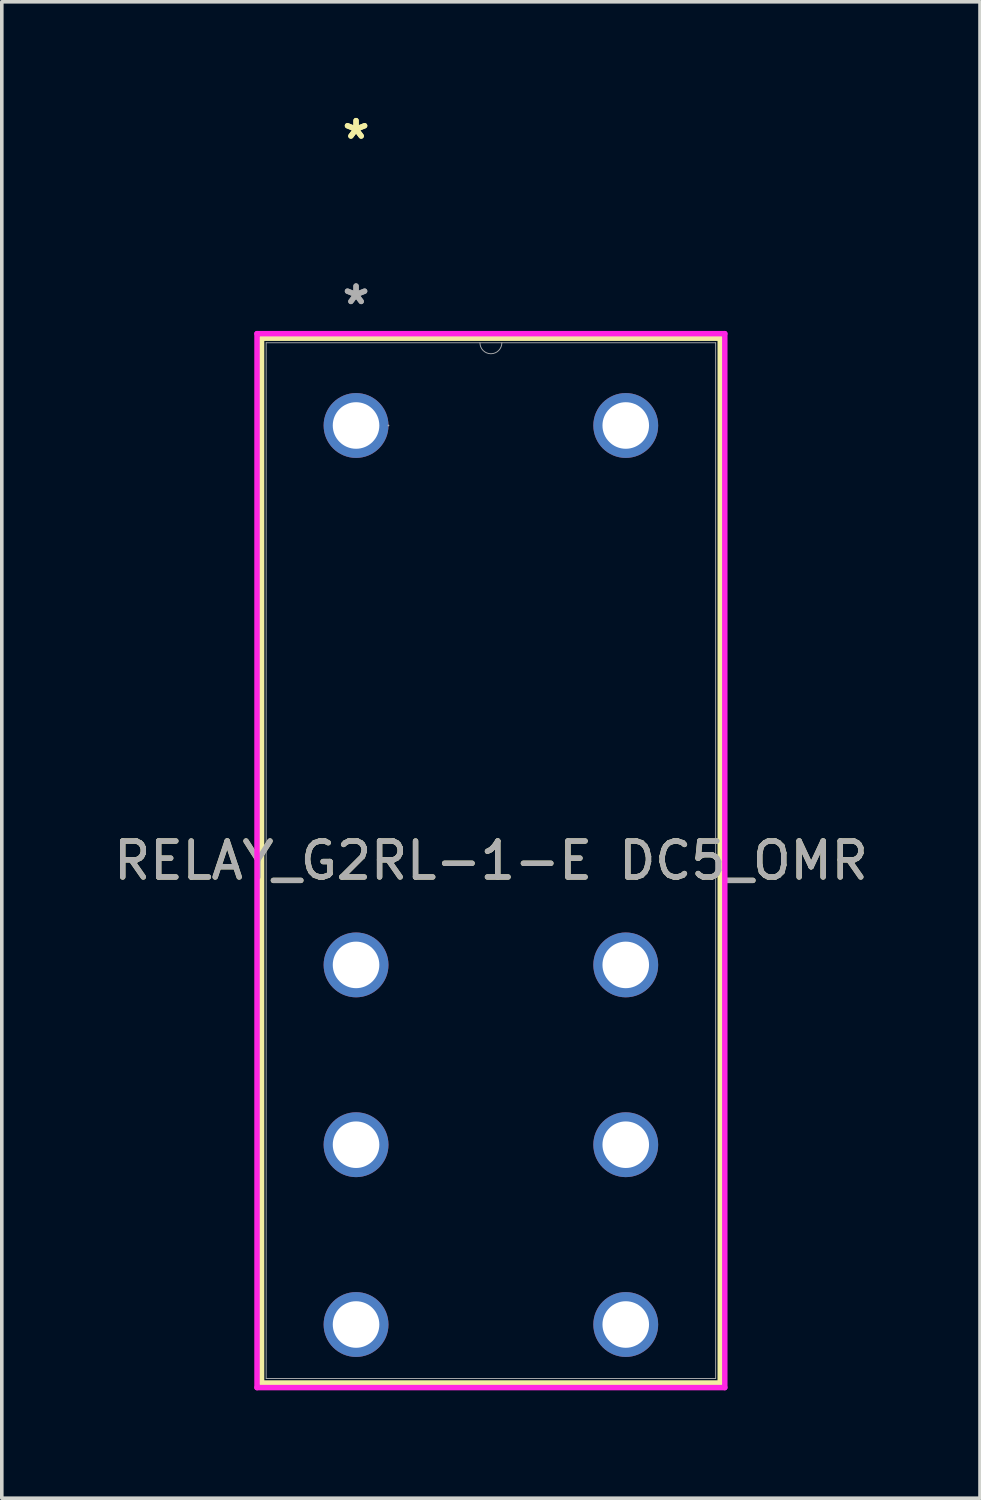
<source format=kicad_pcb>
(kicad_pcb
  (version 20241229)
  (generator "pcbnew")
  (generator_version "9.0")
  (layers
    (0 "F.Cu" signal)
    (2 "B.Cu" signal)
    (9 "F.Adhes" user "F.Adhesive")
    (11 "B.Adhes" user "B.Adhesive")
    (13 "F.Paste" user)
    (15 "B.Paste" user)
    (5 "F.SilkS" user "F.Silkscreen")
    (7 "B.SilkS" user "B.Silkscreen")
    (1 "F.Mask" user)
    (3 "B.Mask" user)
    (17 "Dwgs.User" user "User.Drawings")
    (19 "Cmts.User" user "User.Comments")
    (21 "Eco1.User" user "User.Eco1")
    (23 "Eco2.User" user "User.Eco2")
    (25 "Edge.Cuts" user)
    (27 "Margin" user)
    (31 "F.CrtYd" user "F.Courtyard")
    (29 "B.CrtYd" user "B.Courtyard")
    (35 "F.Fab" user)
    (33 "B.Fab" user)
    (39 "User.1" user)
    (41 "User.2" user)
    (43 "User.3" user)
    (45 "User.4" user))
  (footprint "RELAY_G2RL-1-E DC5_OMR"
    (layer "F.Cu")
    (at 14.351 32.982)
    (property "Reference" "RELAY_G2RL-1-E DC5_OMR" (at -3.75 -12.1 0) (unlocked yes) (layer "F.SilkS") (effects (font (size 1 1) (thickness 0.15))))
    (attr through_hole)
    (fp_line (start -10.127 -26.627) (end -10.127 2.427) (stroke (width 0.152) (type solid)) (layer "F.SilkS"))
    (fp_line (start -10.127 2.427) (end 2.627 2.427) (stroke (width 0.152) (type solid)) (layer "F.SilkS"))
    (fp_line (start 2.627 -26.627) (end -10.127 -26.627) (stroke (width 0.152) (type solid)) (layer "F.SilkS"))
    (fp_line (start 2.627 2.427) (end 2.627 -26.627) (stroke (width 0.152) (type solid)) (layer "F.SilkS"))
    (fp_line (start -10.254 -26.754) (end 2.754 -26.754) (stroke (width 0.152) (type solid)) (layer "F.CrtYd"))
    (fp_line (start -10.254 2.554) (end -10.254 -26.754) (stroke (width 0.152) (type solid)) (layer "F.CrtYd"))
    (fp_line (start 2.754 -26.754) (end 2.754 2.554) (stroke (width 0.152) (type solid)) (layer "F.CrtYd"))
    (fp_line (start 2.754 2.554) (end -10.254 2.554) (stroke (width 0.152) (type solid)) (layer "F.CrtYd"))
    (fp_line (start -10 -26.5) (end -10 2.3) (stroke (width 0.025) (type solid)) (layer "F.Fab"))
    (fp_line (start -10 2.3) (end 2.5 2.3) (stroke (width 0.025) (type solid)) (layer "F.Fab"))
    (fp_line (start 2.5 -26.5) (end -10 -26.5) (stroke (width 0.025) (type solid)) (layer "F.Fab"))
    (fp_line (start 2.5 2.3) (end 2.5 -26.5) (stroke (width 0.025) (type solid)) (layer "F.Fab"))
    (fp_arc (start -3.4452 -26.499993) (mid -3.75 -26.195193) (end -4.0548 -26.499993) (stroke (width 0.0254) (type solid)) (layer "F.Fab"))
    (fp_circle (center -6.598 -24.2) (end -6.598 -24.2) (stroke (width 0.025) (type solid)) (fill no) (layer "F.Fab"))
    (fp_text user "*" (at -7.5 -32.133 0) (layer "F.SilkS") (effects (font (size 1 1) (thickness 0.15))))
    (fp_text user "*" (at -7.5 -32.133 0) (unlocked yes) (layer "F.SilkS") (effects (font (size 1 1) (thickness 0.15))))
    (fp_text user "${REFERENCE}" (at -3.75 -12.1 0) (unlocked yes) (layer "F.Fab") (effects (font (size 1 1) (thickness 0.15))))
    (fp_text user "*" (at -7.5 -27.533 0) (unlocked yes) (layer "F.Fab") (effects (font (size 1 1) (thickness 0.15))))
    (fp_text user "*" (at -7.5 -27.533 0) (layer "F.Fab") (effects (font (size 1 1) (thickness 0.15))))
    (pad "1" thru_hole circle (at -7.5 -24.2) (size 1.803 1.803) (drill 1.295) (layers "*.Cu" "*.Mask"))
    (pad "2" thru_hole circle (at -7.5 -9.2) (size 1.803 1.803) (drill 1.295) (layers "*.Cu" "*.Mask"))
    (pad "3" thru_hole circle (at -7.5 -4.2) (size 1.803 1.803) (drill 1.295) (layers "*.Cu" "*.Mask"))
    (pad "4" thru_hole circle (at -7.5 0.8) (size 1.803 1.803) (drill 1.295) (layers "*.Cu" "*.Mask"))
    (pad "5" thru_hole circle (at 0 0.8) (size 1.803 1.803) (drill 1.295) (layers "*.Cu" "*.Mask"))
    (pad "6" thru_hole circle (at 0 -4.2) (size 1.803 1.803) (drill 1.295) (layers "*.Cu" "*.Mask"))
    (pad "7" thru_hole circle (at 0 -9.2) (size 1.803 1.803) (drill 1.295) (layers "*.Cu" "*.Mask"))
    (pad "8" thru_hole circle (at 0 -24.2) (size 1.803 1.803) (drill 1.295) (layers "*.Cu" "*.Mask")))
  (gr_rect
    (start -3 -3)
    (end 24.202 38.612)
    (stroke (width 0.1) (type default))
    (fill no)
    (layer "Edge.Cuts")))
</source>
